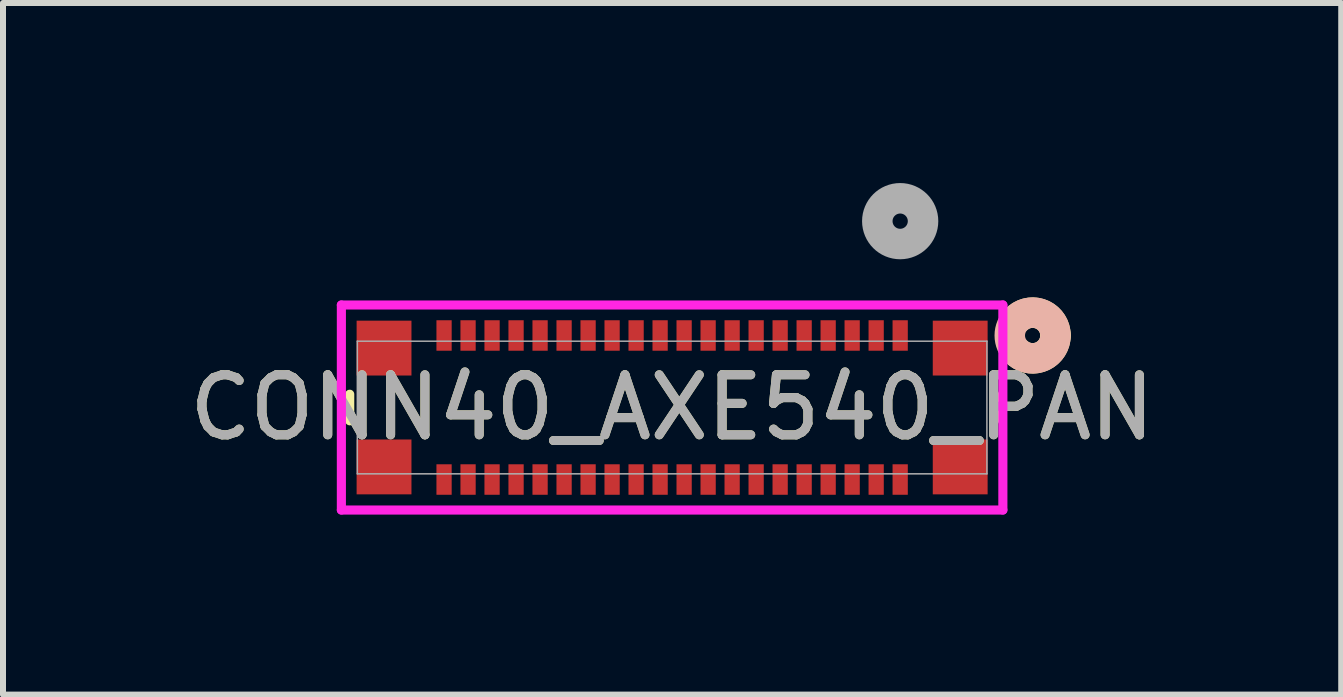
<source format=kicad_pcb>
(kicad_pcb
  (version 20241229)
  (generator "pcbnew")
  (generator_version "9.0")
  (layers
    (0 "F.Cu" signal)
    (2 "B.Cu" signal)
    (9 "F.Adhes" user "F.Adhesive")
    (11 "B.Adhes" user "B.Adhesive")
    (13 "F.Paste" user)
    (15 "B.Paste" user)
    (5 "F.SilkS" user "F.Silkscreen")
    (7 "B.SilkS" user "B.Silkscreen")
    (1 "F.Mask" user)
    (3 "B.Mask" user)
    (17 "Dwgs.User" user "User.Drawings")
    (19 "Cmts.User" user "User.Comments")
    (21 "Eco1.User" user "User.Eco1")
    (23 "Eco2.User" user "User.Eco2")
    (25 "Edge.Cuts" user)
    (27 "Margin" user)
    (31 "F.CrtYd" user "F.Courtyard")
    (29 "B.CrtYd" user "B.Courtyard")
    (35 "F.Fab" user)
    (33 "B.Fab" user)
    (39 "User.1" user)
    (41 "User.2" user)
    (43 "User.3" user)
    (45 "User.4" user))
  (footprint "CONN40_AXE540_PAN"
    (layer "F.Cu")
    (at 8.149 3.74)
    (property "Reference" "CONN40_AXE540_PAN" (at 0 0 0) (unlocked yes) (layer "F.SilkS") (effects (font (size 1 1) (thickness 0.15))))
    (attr smd)
    (fp_line (start -5.372 -0.221) (end -5.372 0.221) (stroke (width 0.152) (type solid)) (layer "F.SilkS"))
    (fp_line (start 5.372 0.221) (end 5.372 -0.221) (stroke (width 0.152) (type solid)) (layer "F.SilkS"))
    (fp_arc (start 5.765533 -1.494629) (mid 6.170078 -1.544382) (end 6.3881 -1.2) (stroke (width 0.508) (type solid)) (layer "F.SilkS"))
    (fp_arc (start 6.3881 -1.2) (mid 6.171364 -0.856229) (end 5.767741 -0.903574) (stroke (width 0.508) (type solid)) (layer "F.SilkS"))
    (fp_circle (center 6.007 -1.2) (end 6.388 -1.2) (stroke (width 0.508) (type solid)) (fill no) (layer "B.SilkS"))
    (fp_line (start -5.511 -1.708) (end -5.511 1.708) (stroke (width 0.152) (type solid)) (layer "F.CrtYd"))
    (fp_line (start -5.511 1.708) (end 5.511 1.708) (stroke (width 0.152) (type solid)) (layer "F.CrtYd"))
    (fp_line (start 5.511 -1.708) (end -5.511 -1.708) (stroke (width 0.152) (type solid)) (layer "F.CrtYd"))
    (fp_line (start 5.511 1.708) (end 5.511 -1.708) (stroke (width 0.152) (type solid)) (layer "F.CrtYd"))
    (fp_line (start -5.245 -1.105) (end -5.245 1.105) (stroke (width 0.025) (type solid)) (layer "F.Fab"))
    (fp_line (start -5.245 1.105) (end 5.245 1.105) (stroke (width 0.025) (type solid)) (layer "F.Fab"))
    (fp_line (start 5.245 -1.105) (end -5.245 -1.105) (stroke (width 0.025) (type solid)) (layer "F.Fab"))
    (fp_line (start 5.245 1.105) (end 5.245 -1.105) (stroke (width 0.025) (type solid)) (layer "F.Fab"))
    (fp_circle (center 3.8 -3.105) (end 4.181 -3.105) (stroke (width 0.508) (type solid)) (fill no) (layer "F.Fab"))
    (fp_text user "${REFERENCE}" (at 0 0 0) (unlocked yes) (layer "F.Fab") (effects (font (size 1 1) (thickness 0.15))))
    (pad "1" smd rect (at 3.8 -1.2) (size 0.254 0.508) (layers "F.Cu" "F.Mask" "F.Paste"))
    (pad "2" smd rect (at 3.4 -1.2) (size 0.254 0.508) (layers "F.Cu" "F.Mask" "F.Paste"))
    (pad "3" smd rect (at 3 -1.2) (size 0.254 0.508) (layers "F.Cu" "F.Mask" "F.Paste"))
    (pad "4" smd rect (at 2.6 -1.2) (size 0.254 0.508) (layers "F.Cu" "F.Mask" "F.Paste"))
    (pad "5" smd rect (at 2.2 -1.2) (size 0.254 0.508) (layers "F.Cu" "F.Mask" "F.Paste"))
    (pad "6" smd rect (at 1.8 -1.2) (size 0.254 0.508) (layers "F.Cu" "F.Mask" "F.Paste"))
    (pad "7" smd rect (at 1.4 -1.2) (size 0.254 0.508) (layers "F.Cu" "F.Mask" "F.Paste"))
    (pad "8" smd rect (at 1 -1.2) (size 0.254 0.508) (layers "F.Cu" "F.Mask" "F.Paste"))
    (pad "9" smd rect (at 0.6 -1.2) (size 0.254 0.508) (layers "F.Cu" "F.Mask" "F.Paste"))
    (pad "10" smd rect (at 0.2 -1.2) (size 0.254 0.508) (layers "F.Cu" "F.Mask" "F.Paste"))
    (pad "11" smd rect (at -0.2 -1.2) (size 0.254 0.508) (layers "F.Cu" "F.Mask" "F.Paste"))
    (pad "12" smd rect (at -0.6 -1.2) (size 0.254 0.508) (layers "F.Cu" "F.Mask" "F.Paste"))
    (pad "13" smd rect (at -1 -1.2) (size 0.254 0.508) (layers "F.Cu" "F.Mask" "F.Paste"))
    (pad "14" smd rect (at -1.4 -1.2) (size 0.254 0.508) (layers "F.Cu" "F.Mask" "F.Paste"))
    (pad "15" smd rect (at -1.8 -1.2) (size 0.254 0.508) (layers "F.Cu" "F.Mask" "F.Paste"))
    (pad "16" smd rect (at -2.2 -1.2) (size 0.254 0.508) (layers "F.Cu" "F.Mask" "F.Paste"))
    (pad "17" smd rect (at -2.6 -1.2) (size 0.254 0.508) (layers "F.Cu" "F.Mask" "F.Paste"))
    (pad "18" smd rect (at -3 -1.2) (size 0.254 0.508) (layers "F.Cu" "F.Mask" "F.Paste"))
    (pad "19" smd rect (at -3.4 -1.2) (size 0.254 0.508) (layers "F.Cu" "F.Mask" "F.Paste"))
    (pad "20" smd rect (at -3.8 -1.2) (size 0.254 0.508) (layers "F.Cu" "F.Mask" "F.Paste"))
    (pad "21" smd rect (at 3.8 1.2) (size 0.254 0.508) (layers "F.Cu" "F.Mask" "F.Paste"))
    (pad "22" smd rect (at 3.4 1.2) (size 0.254 0.508) (layers "F.Cu" "F.Mask" "F.Paste"))
    (pad "23" smd rect (at 3 1.2) (size 0.254 0.508) (layers "F.Cu" "F.Mask" "F.Paste"))
    (pad "24" smd rect (at 2.6 1.2) (size 0.254 0.508) (layers "F.Cu" "F.Mask" "F.Paste"))
    (pad "25" smd rect (at 2.2 1.2) (size 0.254 0.508) (layers "F.Cu" "F.Mask" "F.Paste"))
    (pad "26" smd rect (at 1.8 1.2) (size 0.254 0.508) (layers "F.Cu" "F.Mask" "F.Paste"))
    (pad "27" smd rect (at 1.4 1.2) (size 0.254 0.508) (layers "F.Cu" "F.Mask" "F.Paste"))
    (pad "28" smd rect (at 1 1.2) (size 0.254 0.508) (layers "F.Cu" "F.Mask" "F.Paste"))
    (pad "29" smd rect (at 0.6 1.2) (size 0.254 0.508) (layers "F.Cu" "F.Mask" "F.Paste"))
    (pad "30" smd rect (at 0.2 1.2) (size 0.254 0.508) (layers "F.Cu" "F.Mask" "F.Paste"))
    (pad "31" smd rect (at -0.2 1.2) (size 0.254 0.508) (layers "F.Cu" "F.Mask" "F.Paste"))
    (pad "32" smd rect (at -0.6 1.2) (size 0.254 0.508) (layers "F.Cu" "F.Mask" "F.Paste"))
    (pad "33" smd rect (at -1 1.2) (size 0.254 0.508) (layers "F.Cu" "F.Mask" "F.Paste"))
    (pad "34" smd rect (at -1.4 1.2) (size 0.254 0.508) (layers "F.Cu" "F.Mask" "F.Paste"))
    (pad "35" smd rect (at -1.8 1.2) (size 0.254 0.508) (layers "F.Cu" "F.Mask" "F.Paste"))
    (pad "36" smd rect (at -2.2 1.2) (size 0.254 0.508) (layers "F.Cu" "F.Mask" "F.Paste"))
    (pad "37" smd rect (at -2.6 1.2) (size 0.254 0.508) (layers "F.Cu" "F.Mask" "F.Paste"))
    (pad "38" smd rect (at -3 1.2) (size 0.254 0.508) (layers "F.Cu" "F.Mask" "F.Paste"))
    (pad "39" smd rect (at -3.4 1.2) (size 0.254 0.508) (layers "F.Cu" "F.Mask" "F.Paste"))
    (pad "40" smd rect (at -3.8 1.2) (size 0.254 0.508) (layers "F.Cu" "F.Mask" "F.Paste"))
    (pad "41" smd rect (at -4.8 -0.99) (size 0.914 0.914) (layers "F.Cu" "F.Mask" "F.Paste"))
    (pad "42" smd rect (at 4.8 -0.99) (size 0.914 0.914) (layers "F.Cu" "F.Mask" "F.Paste"))
    (pad "43" smd rect (at -4.8 0.99) (size 0.914 0.914) (layers "F.Cu" "F.Mask" "F.Paste"))
    (pad "44" smd rect (at 4.8 0.99) (size 0.914 0.914) (layers "F.Cu" "F.Mask" "F.Paste")))
  (gr_rect
    (start -3 -3)
    (end 19.298 8.524)
    (stroke (width 0.1) (type default))
    (fill no)
    (layer "Edge.Cuts")))
</source>
